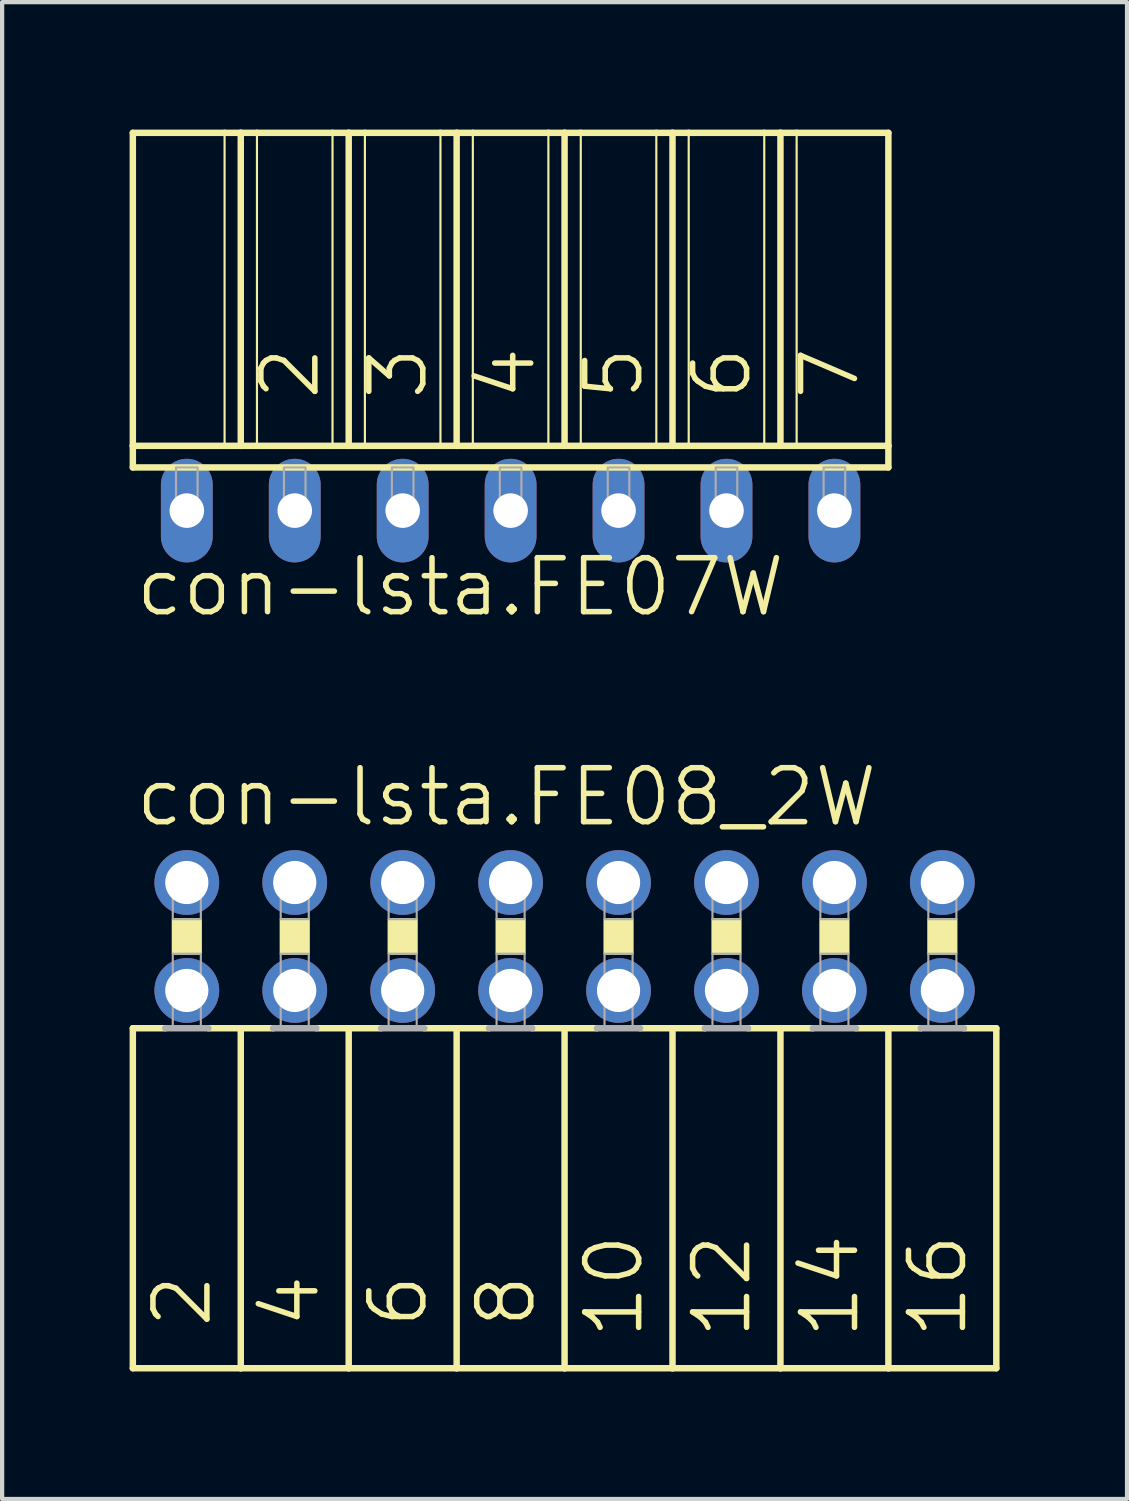
<source format=kicad_pcb>
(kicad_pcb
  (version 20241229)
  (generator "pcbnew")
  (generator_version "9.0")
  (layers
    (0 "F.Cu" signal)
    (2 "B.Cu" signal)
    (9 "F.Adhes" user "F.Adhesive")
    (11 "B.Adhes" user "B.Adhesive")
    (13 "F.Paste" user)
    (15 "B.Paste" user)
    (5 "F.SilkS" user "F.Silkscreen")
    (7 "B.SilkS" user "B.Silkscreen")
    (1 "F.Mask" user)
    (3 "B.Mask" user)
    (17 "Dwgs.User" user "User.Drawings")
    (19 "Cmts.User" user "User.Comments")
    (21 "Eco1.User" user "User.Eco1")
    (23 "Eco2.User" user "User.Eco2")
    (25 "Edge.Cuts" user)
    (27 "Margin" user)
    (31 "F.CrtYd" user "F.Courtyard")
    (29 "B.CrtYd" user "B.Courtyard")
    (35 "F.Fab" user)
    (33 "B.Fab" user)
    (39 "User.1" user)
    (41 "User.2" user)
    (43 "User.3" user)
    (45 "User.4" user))
  (footprint "con-lsta.FE07W"
    (layer "F.Cu")
    (at 8.966 8.966)
    (property "Reference" "con-lsta.FE07W" (at -8.89 2.54 0) (layer "F.SilkS") (effects (font (size 1.27 1.27) (thickness 0.13)) (justify left bottom)))
    (attr through_hole)
    (fp_line (start -8.89 -8.89) (end -6.731 -8.89) (stroke (width 0.152) (type default)) (layer "F.SilkS"))
    (fp_line (start -8.89 -1.524) (end -8.89 -8.89) (stroke (width 0.152) (type default)) (layer "F.SilkS"))
    (fp_line (start -8.89 -1.524) (end -6.731 -1.524) (stroke (width 0.152) (type default)) (layer "F.SilkS"))
    (fp_line (start -8.89 -1.016) (end -8.89 -1.524) (stroke (width 0.152) (type default)) (layer "F.SilkS"))
    (fp_line (start -8.89 -1.016) (end 8.89 -1.016) (stroke (width 0.152) (type default)) (layer "F.SilkS"))
    (fp_line (start -6.731 -8.89) (end -6.731 -1.524) (stroke (width 0.051) (type default)) (layer "F.SilkS"))
    (fp_line (start -6.731 -8.89) (end -6.35 -8.89) (stroke (width 0.152) (type default)) (layer "F.SilkS"))
    (fp_line (start -6.731 -1.524) (end -6.35 -1.524) (stroke (width 0.152) (type default)) (layer "F.SilkS"))
    (fp_line (start -6.35 -8.89) (end -6.35 -1.524) (stroke (width 0.152) (type default)) (layer "F.SilkS"))
    (fp_line (start -6.35 -8.89) (end -5.969 -8.89) (stroke (width 0.152) (type default)) (layer "F.SilkS"))
    (fp_line (start -6.35 -1.524) (end -5.969 -1.524) (stroke (width 0.152) (type default)) (layer "F.SilkS"))
    (fp_line (start -5.969 -8.89) (end -5.969 -1.524) (stroke (width 0.051) (type default)) (layer "F.SilkS"))
    (fp_line (start -5.969 -8.89) (end -4.191 -8.89) (stroke (width 0.152) (type default)) (layer "F.SilkS"))
    (fp_line (start -5.969 -1.524) (end -4.191 -1.524) (stroke (width 0.152) (type default)) (layer "F.SilkS"))
    (fp_line (start -4.191 -8.89) (end -4.191 -1.524) (stroke (width 0.051) (type default)) (layer "F.SilkS"))
    (fp_line (start -4.191 -8.89) (end -3.81 -8.89) (stroke (width 0.152) (type default)) (layer "F.SilkS"))
    (fp_line (start -4.191 -1.524) (end -3.81 -1.524) (stroke (width 0.152) (type default)) (layer "F.SilkS"))
    (fp_line (start -3.81 -8.89) (end -3.81 -1.524) (stroke (width 0.152) (type default)) (layer "F.SilkS"))
    (fp_line (start -3.81 -8.89) (end -3.429 -8.89) (stroke (width 0.152) (type default)) (layer "F.SilkS"))
    (fp_line (start -3.81 -1.524) (end -3.429 -1.524) (stroke (width 0.152) (type default)) (layer "F.SilkS"))
    (fp_line (start -3.429 -8.89) (end -3.429 -1.524) (stroke (width 0.051) (type default)) (layer "F.SilkS"))
    (fp_line (start -3.429 -8.89) (end -1.651 -8.89) (stroke (width 0.152) (type default)) (layer "F.SilkS"))
    (fp_line (start -3.429 -1.524) (end -1.651 -1.524) (stroke (width 0.152) (type default)) (layer "F.SilkS"))
    (fp_line (start -1.651 -8.89) (end -1.651 -1.524) (stroke (width 0.051) (type default)) (layer "F.SilkS"))
    (fp_line (start -1.651 -8.89) (end -1.27 -8.89) (stroke (width 0.152) (type default)) (layer "F.SilkS"))
    (fp_line (start -1.651 -1.524) (end -1.27 -1.524) (stroke (width 0.152) (type default)) (layer "F.SilkS"))
    (fp_line (start -1.27 -8.89) (end -1.27 -1.524) (stroke (width 0.152) (type default)) (layer "F.SilkS"))
    (fp_line (start -1.27 -8.89) (end -0.889 -8.89) (stroke (width 0.152) (type default)) (layer "F.SilkS"))
    (fp_line (start -1.27 -1.524) (end -0.889 -1.524) (stroke (width 0.152) (type default)) (layer "F.SilkS"))
    (fp_line (start -0.889 -8.89) (end -0.889 -1.524) (stroke (width 0.051) (type default)) (layer "F.SilkS"))
    (fp_line (start -0.889 -8.89) (end 0.889 -8.89) (stroke (width 0.152) (type default)) (layer "F.SilkS"))
    (fp_line (start -0.889 -1.524) (end 0.889 -1.524) (stroke (width 0.152) (type default)) (layer "F.SilkS"))
    (fp_line (start 0.889 -8.89) (end 0.889 -1.524) (stroke (width 0.051) (type default)) (layer "F.SilkS"))
    (fp_line (start 0.889 -8.89) (end 1.27 -8.89) (stroke (width 0.152) (type default)) (layer "F.SilkS"))
    (fp_line (start 0.889 -1.524) (end 1.27 -1.524) (stroke (width 0.152) (type default)) (layer "F.SilkS"))
    (fp_line (start 1.27 -8.89) (end 1.27 -1.524) (stroke (width 0.152) (type default)) (layer "F.SilkS"))
    (fp_line (start 1.27 -8.89) (end 1.651 -8.89) (stroke (width 0.152) (type default)) (layer "F.SilkS"))
    (fp_line (start 1.27 -1.524) (end 1.651 -1.524) (stroke (width 0.152) (type default)) (layer "F.SilkS"))
    (fp_line (start 1.651 -8.89) (end 1.651 -1.524) (stroke (width 0.051) (type default)) (layer "F.SilkS"))
    (fp_line (start 1.651 -8.89) (end 3.429 -8.89) (stroke (width 0.152) (type default)) (layer "F.SilkS"))
    (fp_line (start 1.651 -1.524) (end 3.429 -1.524) (stroke (width 0.152) (type default)) (layer "F.SilkS"))
    (fp_line (start 3.429 -8.89) (end 3.429 -1.524) (stroke (width 0.051) (type default)) (layer "F.SilkS"))
    (fp_line (start 3.429 -8.89) (end 3.81 -8.89) (stroke (width 0.152) (type default)) (layer "F.SilkS"))
    (fp_line (start 3.429 -1.524) (end 3.81 -1.524) (stroke (width 0.152) (type default)) (layer "F.SilkS"))
    (fp_line (start 3.81 -8.89) (end 3.81 -1.524) (stroke (width 0.152) (type default)) (layer "F.SilkS"))
    (fp_line (start 3.81 -8.89) (end 4.191 -8.89) (stroke (width 0.152) (type default)) (layer "F.SilkS"))
    (fp_line (start 3.81 -1.524) (end 4.191 -1.524) (stroke (width 0.152) (type default)) (layer "F.SilkS"))
    (fp_line (start 4.191 -8.89) (end 4.191 -1.524) (stroke (width 0.051) (type default)) (layer "F.SilkS"))
    (fp_line (start 4.191 -8.89) (end 5.969 -8.89) (stroke (width 0.152) (type default)) (layer "F.SilkS"))
    (fp_line (start 4.191 -1.524) (end 5.969 -1.524) (stroke (width 0.152) (type default)) (layer "F.SilkS"))
    (fp_line (start 5.969 -8.89) (end 5.969 -1.524) (stroke (width 0.051) (type default)) (layer "F.SilkS"))
    (fp_line (start 5.969 -8.89) (end 6.35 -8.89) (stroke (width 0.152) (type default)) (layer "F.SilkS"))
    (fp_line (start 5.969 -1.524) (end 6.35 -1.524) (stroke (width 0.152) (type default)) (layer "F.SilkS"))
    (fp_line (start 6.35 -8.89) (end 6.35 -1.524) (stroke (width 0.152) (type default)) (layer "F.SilkS"))
    (fp_line (start 6.35 -8.89) (end 6.731 -8.89) (stroke (width 0.152) (type default)) (layer "F.SilkS"))
    (fp_line (start 6.35 -1.524) (end 6.731 -1.524) (stroke (width 0.152) (type default)) (layer "F.SilkS"))
    (fp_line (start 6.731 -8.89) (end 6.731 -1.524) (stroke (width 0.051) (type default)) (layer "F.SilkS"))
    (fp_line (start 6.731 -8.89) (end 8.89 -8.89) (stroke (width 0.152) (type default)) (layer "F.SilkS"))
    (fp_line (start 6.731 -1.524) (end 8.89 -1.524) (stroke (width 0.152) (type default)) (layer "F.SilkS"))
    (fp_line (start 8.89 -8.89) (end 8.89 -1.524) (stroke (width 0.152) (type default)) (layer "F.SilkS"))
    (fp_line (start 8.89 -1.524) (end 8.89 -1.016) (stroke (width 0.152) (type default)) (layer "F.SilkS"))
    (fp_rect (start -7.874 0) (end -7.366 -1.016) (stroke (width 0.05) (type default)) (fill no) (layer "F.Fab"))
    (fp_rect (start -5.334 0) (end -4.826 -1.016) (stroke (width 0.05) (type default)) (fill no) (layer "F.Fab"))
    (fp_rect (start -2.794 0) (end -2.286 -1.016) (stroke (width 0.05) (type default)) (fill no) (layer "F.Fab"))
    (fp_rect (start -0.254 0) (end 0.254 -1.016) (stroke (width 0.05) (type default)) (fill no) (layer "F.Fab"))
    (fp_rect (start 2.286 0) (end 2.794 -1.016) (stroke (width 0.05) (type default)) (fill no) (layer "F.Fab"))
    (fp_rect (start 4.826 0) (end 5.334 -1.016) (stroke (width 0.05) (type default)) (fill no) (layer "F.Fab"))
    (fp_rect (start 7.366 0) (end 7.874 -1.016) (stroke (width 0.05) (type default)) (fill no) (layer "F.Fab"))
    (fp_text user "5" (at 3.175 -2.54 90) (layer "F.SilkS") (effects (font (size 1.27 1.27) (thickness 0.13)) (justify left bottom)))
    (fp_text user "7" (at 8.255 -2.54 90) (layer "F.SilkS") (effects (font (size 1.27 1.27) (thickness 0.13)) (justify left bottom)))
    (fp_text user "3" (at -1.905 -2.54 90) (layer "F.SilkS") (effects (font (size 1.27 1.27) (thickness 0.13)) (justify left bottom)))
    (fp_text user "2" (at -4.445 -2.54 90) (layer "F.SilkS") (effects (font (size 1.27 1.27) (thickness 0.13)) (justify left bottom)))
    (fp_text user "6" (at 5.715 -2.54 90) (layer "F.SilkS") (effects (font (size 1.27 1.27) (thickness 0.13)) (justify left bottom)))
    (fp_text user "4" (at 0.635 -2.54 90) (layer "F.SilkS") (effects (font (size 1.27 1.27) (thickness 0.13)) (justify left bottom)))
    (pad "1" thru_hole oval (at -7.62 0 90) (size 2.438 1.219) (drill 0.813) (layers "*.Cu" "*.Mask"))
    (pad "2" thru_hole oval (at -5.08 0 90) (size 2.438 1.219) (drill 0.813) (layers "*.Cu" "*.Mask"))
    (pad "3" thru_hole oval (at -2.54 0 90) (size 2.438 1.219) (drill 0.813) (layers "*.Cu" "*.Mask"))
    (pad "4" thru_hole oval (at 0 0 90) (size 2.438 1.219) (drill 0.813) (layers "*.Cu" "*.Mask"))
    (pad "5" thru_hole oval (at 2.54 0 90) (size 2.438 1.219) (drill 0.813) (layers "*.Cu" "*.Mask"))
    (pad "6" thru_hole oval (at 5.08 0 90) (size 2.438 1.219) (drill 0.813) (layers "*.Cu" "*.Mask"))
    (pad "7" thru_hole oval (at 7.62 0 90) (size 2.438 1.219) (drill 0.813) (layers "*.Cu" "*.Mask")))
  (footprint "con-lsta.FE08_2W"
    (layer "F.Cu")
    (at 10.236 18.988)
    (property "Reference" "con-lsta.FE08_2W" (at -10.16 -2.54 0) (layer "F.SilkS") (effects (font (size 1.27 1.27) (thickness 0.13)) (justify left bottom)))
    (attr through_hole)
    (fp_line (start -10.16 2.159) (end -10.16 10.16) (stroke (width 0.152) (type default)) (layer "F.SilkS"))
    (fp_line (start -10.16 2.159) (end -9.398 2.159) (stroke (width 0.152) (type default)) (layer "F.SilkS"))
    (fp_line (start -8.382 2.159) (end -7.62 2.159) (stroke (width 0.152) (type default)) (layer "F.SilkS"))
    (fp_line (start -7.62 2.159) (end -7.62 10.16) (stroke (width 0.152) (type default)) (layer "F.SilkS"))
    (fp_line (start -7.62 2.159) (end -6.858 2.159) (stroke (width 0.152) (type default)) (layer "F.SilkS"))
    (fp_line (start -7.62 10.16) (end -10.16 10.16) (stroke (width 0.152) (type default)) (layer "F.SilkS"))
    (fp_line (start -5.842 2.159) (end -5.08 2.159) (stroke (width 0.152) (type default)) (layer "F.SilkS"))
    (fp_line (start -5.08 2.159) (end -5.08 10.16) (stroke (width 0.152) (type default)) (layer "F.SilkS"))
    (fp_line (start -5.08 2.159) (end -4.318 2.159) (stroke (width 0.152) (type default)) (layer "F.SilkS"))
    (fp_line (start -5.08 10.16) (end -7.62 10.16) (stroke (width 0.152) (type default)) (layer "F.SilkS"))
    (fp_line (start -3.302 2.159) (end -2.54 2.159) (stroke (width 0.152) (type default)) (layer "F.SilkS"))
    (fp_line (start -2.54 2.159) (end -2.54 10.16) (stroke (width 0.152) (type default)) (layer "F.SilkS"))
    (fp_line (start -2.54 10.16) (end -5.08 10.16) (stroke (width 0.152) (type default)) (layer "F.SilkS"))
    (fp_line (start -1.778 2.159) (end -2.54 2.159) (stroke (width 0.152) (type default)) (layer "F.SilkS"))
    (fp_line (start 0 2.159) (end -0.762 2.159) (stroke (width 0.152) (type default)) (layer "F.SilkS"))
    (fp_line (start 0 2.159) (end 0 10.16) (stroke (width 0.152) (type default)) (layer "F.SilkS"))
    (fp_line (start 0 2.159) (end 0.762 2.159) (stroke (width 0.152) (type default)) (layer "F.SilkS"))
    (fp_line (start 0 10.16) (end -2.54 10.16) (stroke (width 0.152) (type default)) (layer "F.SilkS"))
    (fp_line (start 1.778 2.159) (end 2.54 2.159) (stroke (width 0.152) (type default)) (layer "F.SilkS"))
    (fp_line (start 2.54 2.159) (end 2.54 10.16) (stroke (width 0.152) (type default)) (layer "F.SilkS"))
    (fp_line (start 2.54 2.159) (end 3.302 2.159) (stroke (width 0.152) (type default)) (layer "F.SilkS"))
    (fp_line (start 2.54 10.16) (end 0 10.16) (stroke (width 0.152) (type default)) (layer "F.SilkS"))
    (fp_line (start 4.318 2.159) (end 5.08 2.159) (stroke (width 0.152) (type default)) (layer "F.SilkS"))
    (fp_line (start 5.08 2.159) (end 5.08 10.16) (stroke (width 0.152) (type default)) (layer "F.SilkS"))
    (fp_line (start 5.08 2.159) (end 5.842 2.159) (stroke (width 0.152) (type default)) (layer "F.SilkS"))
    (fp_line (start 5.08 10.16) (end 2.54 10.16) (stroke (width 0.152) (type default)) (layer "F.SilkS"))
    (fp_line (start 6.858 2.159) (end 7.62 2.159) (stroke (width 0.152) (type default)) (layer "F.SilkS"))
    (fp_line (start 7.62 2.159) (end 7.62 10.16) (stroke (width 0.152) (type default)) (layer "F.SilkS"))
    (fp_line (start 7.62 2.159) (end 8.382 2.159) (stroke (width 0.152) (type default)) (layer "F.SilkS"))
    (fp_line (start 7.62 10.16) (end 5.08 10.16) (stroke (width 0.152) (type default)) (layer "F.SilkS"))
    (fp_line (start 9.398 2.159) (end 10.16 2.159) (stroke (width 0.152) (type default)) (layer "F.SilkS"))
    (fp_line (start 10.16 2.159) (end 10.16 10.16) (stroke (width 0.152) (type default)) (layer "F.SilkS"))
    (fp_line (start 10.16 10.16) (end 7.62 10.16) (stroke (width 0.152) (type default)) (layer "F.SilkS"))
    (fp_rect (start -9.22 0.406) (end -8.56 -0.406) (stroke (width 0.05) (type default)) (fill yes) (layer "F.SilkS"))
    (fp_rect (start -6.68 0.406) (end -6.02 -0.406) (stroke (width 0.05) (type default)) (fill yes) (layer "F.SilkS"))
    (fp_rect (start -4.14 0.406) (end -3.48 -0.406) (stroke (width 0.05) (type default)) (fill yes) (layer "F.SilkS"))
    (fp_rect (start -1.6 0.406) (end -0.94 -0.406) (stroke (width 0.05) (type default)) (fill yes) (layer "F.SilkS"))
    (fp_rect (start 0.94 0.406) (end 1.6 -0.406) (stroke (width 0.05) (type default)) (fill yes) (layer "F.SilkS"))
    (fp_rect (start 3.48 0.406) (end 4.14 -0.406) (stroke (width 0.05) (type default)) (fill yes) (layer "F.SilkS"))
    (fp_rect (start 6.02 0.406) (end 6.68 -0.406) (stroke (width 0.05) (type default)) (fill yes) (layer "F.SilkS"))
    (fp_rect (start 8.56 0.406) (end 9.22 -0.406) (stroke (width 0.05) (type default)) (fill yes) (layer "F.SilkS"))
    (fp_line (start -9.398 2.159) (end -8.382 2.159) (stroke (width 0.152) (type default)) (layer "F.Fab"))
    (fp_line (start -6.858 2.159) (end -5.842 2.159) (stroke (width 0.152) (type default)) (layer "F.Fab"))
    (fp_line (start -4.318 2.159) (end -3.302 2.159) (stroke (width 0.152) (type default)) (layer "F.Fab"))
    (fp_line (start -0.762 2.159) (end -1.778 2.159) (stroke (width 0.152) (type default)) (layer "F.Fab"))
    (fp_line (start 0.762 2.159) (end 1.778 2.159) (stroke (width 0.152) (type default)) (layer "F.Fab"))
    (fp_line (start 3.302 2.159) (end 4.318 2.159) (stroke (width 0.152) (type default)) (layer "F.Fab"))
    (fp_line (start 5.842 2.159) (end 6.858 2.159) (stroke (width 0.152) (type default)) (layer "F.Fab"))
    (fp_line (start 8.382 2.159) (end 9.398 2.159) (stroke (width 0.152) (type default)) (layer "F.Fab"))
    (fp_rect (start -9.22 -0.406) (end -8.56 -1.575) (stroke (width 0.05) (type default)) (fill no) (layer "F.Fab"))
    (fp_rect (start -9.22 2.134) (end -8.56 0.406) (stroke (width 0.05) (type default)) (fill no) (layer "F.Fab"))
    (fp_rect (start -6.68 -0.406) (end -6.02 -1.575) (stroke (width 0.05) (type default)) (fill no) (layer "F.Fab"))
    (fp_rect (start -6.68 2.134) (end -6.02 0.406) (stroke (width 0.05) (type default)) (fill no) (layer "F.Fab"))
    (fp_rect (start -4.14 -0.406) (end -3.48 -1.575) (stroke (width 0.05) (type default)) (fill no) (layer "F.Fab"))
    (fp_rect (start -4.14 2.134) (end -3.48 0.406) (stroke (width 0.05) (type default)) (fill no) (layer "F.Fab"))
    (fp_rect (start -1.6 -0.406) (end -0.94 -1.575) (stroke (width 0.05) (type default)) (fill no) (layer "F.Fab"))
    (fp_rect (start -1.6 2.134) (end -0.94 0.406) (stroke (width 0.05) (type default)) (fill no) (layer "F.Fab"))
    (fp_rect (start 0.94 -0.406) (end 1.6 -1.575) (stroke (width 0.05) (type default)) (fill no) (layer "F.Fab"))
    (fp_rect (start 0.94 2.134) (end 1.6 0.406) (stroke (width 0.05) (type default)) (fill no) (layer "F.Fab"))
    (fp_rect (start 3.48 -0.406) (end 4.14 -1.575) (stroke (width 0.05) (type default)) (fill no) (layer "F.Fab"))
    (fp_rect (start 3.48 2.134) (end 4.14 0.406) (stroke (width 0.05) (type default)) (fill no) (layer "F.Fab"))
    (fp_rect (start 6.02 -0.406) (end 6.68 -1.575) (stroke (width 0.05) (type default)) (fill no) (layer "F.Fab"))
    (fp_rect (start 6.02 2.134) (end 6.68 0.406) (stroke (width 0.05) (type default)) (fill no) (layer "F.Fab"))
    (fp_rect (start 8.56 -0.406) (end 9.22 -1.575) (stroke (width 0.05) (type default)) (fill no) (layer "F.Fab"))
    (fp_rect (start 8.56 2.134) (end 9.22 0.406) (stroke (width 0.05) (type default)) (fill no) (layer "F.Fab"))
    (fp_text user "6" (at -3.175 9.271 90) (layer "F.SilkS") (effects (font (size 1.27 1.27) (thickness 0.13)) (justify left bottom)))
    (fp_text user "4" (at -5.715 9.271 90) (layer "F.SilkS") (effects (font (size 1.27 1.27) (thickness 0.13)) (justify left bottom)))
    (fp_text user "8" (at -0.635 9.271 90) (layer "F.SilkS") (effects (font (size 1.27 1.27) (thickness 0.13)) (justify left bottom)))
    (fp_text user "10" (at 1.905 9.525 90) (layer "F.SilkS") (effects (font (size 1.27 1.27) (thickness 0.13)) (justify left bottom)))
    (fp_text user "16" (at 9.525 9.525 90) (layer "F.SilkS") (effects (font (size 1.27 1.27) (thickness 0.13)) (justify left bottom)))
    (fp_text user "12" (at 4.445 9.525 90) (layer "F.SilkS") (effects (font (size 1.27 1.27) (thickness 0.13)) (justify left bottom)))
    (fp_text user "14" (at 6.985 9.525 90) (layer "F.SilkS") (effects (font (size 1.27 1.27) (thickness 0.13)) (justify left bottom)))
    (fp_text user "2" (at -8.255 9.271 90) (layer "F.SilkS") (effects (font (size 1.27 1.27) (thickness 0.13)) (justify left bottom)))
    (pad "1" thru_hole circle (at -8.89 -1.27) (size 1.524 1.524) (drill 1.016) (layers "*.Cu" "*.Mask"))
    (pad "2" thru_hole circle (at -8.89 1.27) (size 1.524 1.524) (drill 1.016) (layers "*.Cu" "*.Mask"))
    (pad "3" thru_hole circle (at -6.35 -1.27) (size 1.524 1.524) (drill 1.016) (layers "*.Cu" "*.Mask"))
    (pad "4" thru_hole circle (at -6.35 1.27) (size 1.524 1.524) (drill 1.016) (layers "*.Cu" "*.Mask"))
    (pad "5" thru_hole circle (at -3.81 -1.27) (size 1.524 1.524) (drill 1.016) (layers "*.Cu" "*.Mask"))
    (pad "6" thru_hole circle (at -3.81 1.27) (size 1.524 1.524) (drill 1.016) (layers "*.Cu" "*.Mask"))
    (pad "7" thru_hole circle (at -1.27 -1.27) (size 1.524 1.524) (drill 1.016) (layers "*.Cu" "*.Mask"))
    (pad "8" thru_hole circle (at -1.27 1.27) (size 1.524 1.524) (drill 1.016) (layers "*.Cu" "*.Mask"))
    (pad "9" thru_hole circle (at 1.27 -1.27) (size 1.524 1.524) (drill 1.016) (layers "*.Cu" "*.Mask"))
    (pad "10" thru_hole circle (at 1.27 1.27) (size 1.524 1.524) (drill 1.016) (layers "*.Cu" "*.Mask"))
    (pad "11" thru_hole circle (at 3.81 -1.27) (size 1.524 1.524) (drill 1.016) (layers "*.Cu" "*.Mask"))
    (pad "12" thru_hole circle (at 3.81 1.27) (size 1.524 1.524) (drill 1.016) (layers "*.Cu" "*.Mask"))
    (pad "13" thru_hole circle (at 6.35 -1.27) (size 1.524 1.524) (drill 1.016) (layers "*.Cu" "*.Mask"))
    (pad "14" thru_hole circle (at 6.35 1.27) (size 1.524 1.524) (drill 1.016) (layers "*.Cu" "*.Mask"))
    (pad "15" thru_hole circle (at 8.89 -1.27) (size 1.524 1.524) (drill 1.016) (layers "*.Cu" "*.Mask"))
    (pad "16" thru_hole circle (at 8.89 1.27) (size 1.524 1.524) (drill 1.016) (layers "*.Cu" "*.Mask")))
  (gr_rect
    (start -3 -3)
    (end 23.472 32.225)
    (stroke (width 0.1) (type default))
    (fill no)
    (layer "Edge.Cuts")))
</source>
